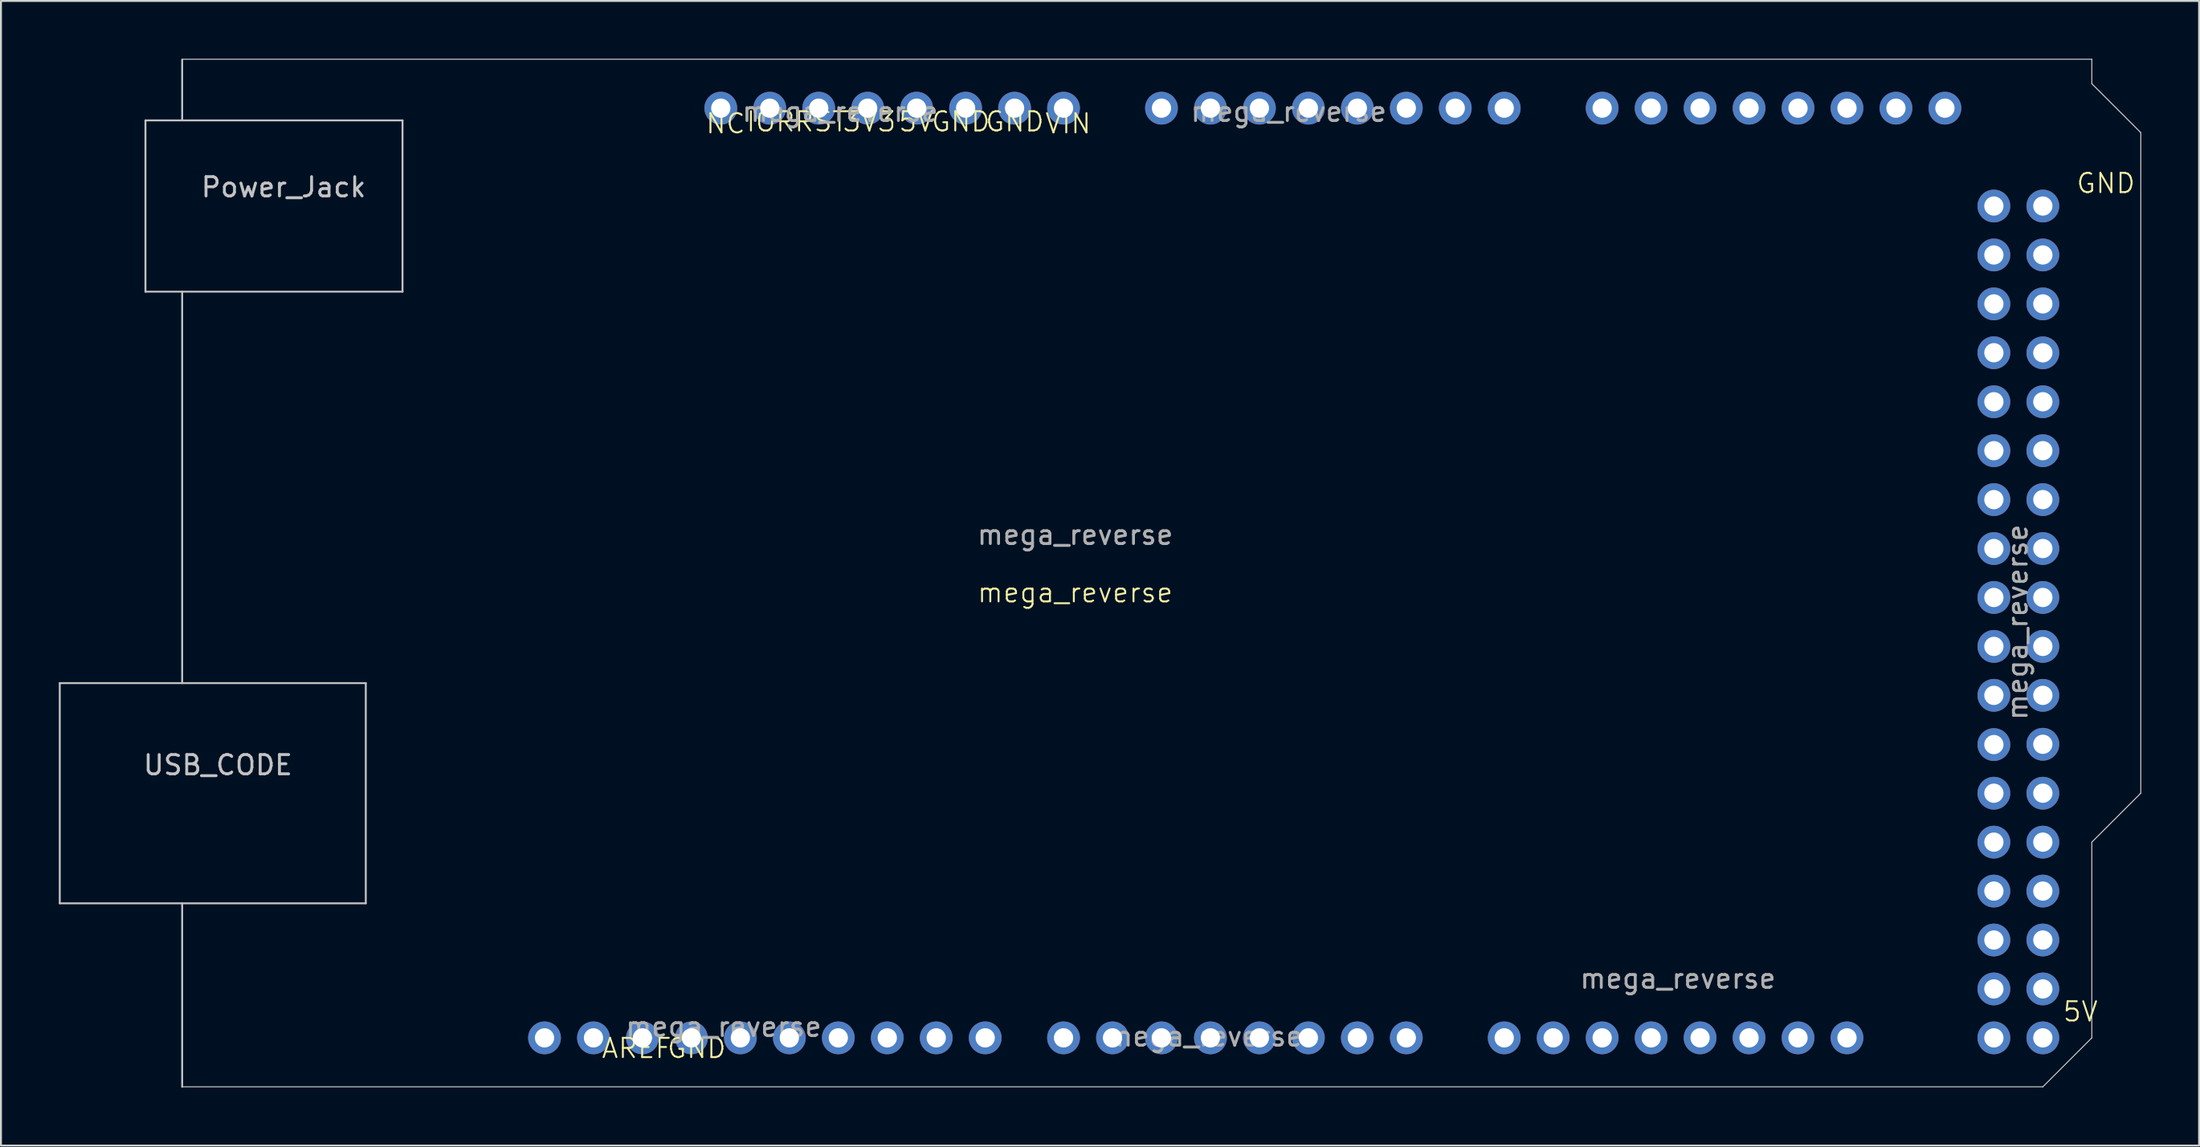
<source format=kicad_pcb>
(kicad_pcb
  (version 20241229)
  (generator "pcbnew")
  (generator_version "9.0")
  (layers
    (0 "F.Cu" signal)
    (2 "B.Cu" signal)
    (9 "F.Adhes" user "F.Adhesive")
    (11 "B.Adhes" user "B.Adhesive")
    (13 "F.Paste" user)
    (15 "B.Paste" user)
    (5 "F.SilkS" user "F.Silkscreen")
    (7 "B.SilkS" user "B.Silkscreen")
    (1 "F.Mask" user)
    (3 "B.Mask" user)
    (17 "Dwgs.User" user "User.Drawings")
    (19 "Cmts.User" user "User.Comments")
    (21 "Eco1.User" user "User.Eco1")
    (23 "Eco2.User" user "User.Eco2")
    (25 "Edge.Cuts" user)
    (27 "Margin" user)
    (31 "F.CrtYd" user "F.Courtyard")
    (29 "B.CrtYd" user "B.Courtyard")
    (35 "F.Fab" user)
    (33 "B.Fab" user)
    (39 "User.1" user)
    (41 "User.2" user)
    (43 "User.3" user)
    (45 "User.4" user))
  (footprint "mega_reverse"
    (layer "F.Cu")
    (at 52.725 26.21)
    (property "Reference" "mega_reverse" (at 0 1.5 0) (unlocked yes) (layer "F.SilkS") (effects (font (size 1 1) (thickness 0.1))))
    (attr through_hole)
    (fp_line (start -52.675 6.2) (end -52.675 17.63) (stroke (width 0.1) (type default)) (layer "Dwgs.User"))
    (fp_line (start -52.675 6.2) (end -36.8 6.2) (stroke (width 0.1) (type default)) (layer "Dwgs.User"))
    (fp_line (start -52.675 17.63) (end -36.8 17.63) (stroke (width 0.1) (type default)) (layer "Dwgs.User"))
    (fp_line (start -48.23 -23.01) (end -34.895 -23.01) (stroke (width 0.1) (type default)) (layer "Dwgs.User"))
    (fp_line (start -48.23 -14.12) (end -48.23 -23.01) (stroke (width 0.1) (type default)) (layer "Dwgs.User"))
    (fp_line (start -48.23 -14.12) (end -34.895 -14.12) (stroke (width 0.1) (type default)) (layer "Dwgs.User"))
    (fp_line (start -46.325 -26.16) (end -46.325 -23.06) (stroke (width 0.1) (type default)) (layer "Dwgs.User"))
    (fp_line (start -46.325 6.2) (end -46.325 -14.12) (stroke (width 0.1) (type default)) (layer "Dwgs.User"))
    (fp_line (start -46.325 27.155) (end -46.325 17.63) (stroke (width 0.1) (type default)) (layer "Dwgs.User"))
    (fp_line (start -36.8 6.2) (end -36.8 17.63) (stroke (width 0.1) (type default)) (layer "Dwgs.User"))
    (fp_line (start -34.895 -14.12) (end -34.895 -23.01) (stroke (width 0.1) (type default)) (layer "Dwgs.User"))
    (fp_line (start -46.325 -26.185) (end 52.735 -26.185) (stroke (width 0.05) (type default)) (layer "Edge.Cuts"))
    (fp_line (start -46.325 27.155) (end 50.195 27.155) (stroke (width 0.05) (type default)) (layer "Edge.Cuts"))
    (fp_line (start 52.735 -26.185) (end 52.735 -24.915) (stroke (width 0.05) (type default)) (layer "Edge.Cuts"))
    (fp_line (start 52.735 -24.915) (end 55.275 -22.375) (stroke (width 0.05) (type default)) (layer "Edge.Cuts"))
    (fp_line (start 52.735 24.615) (end 50.195 27.155) (stroke (width 0.05) (type default)) (layer "Edge.Cuts"))
    (fp_line (start 52.735 24.615) (end 52.735 14.455) (stroke (width 0.05) (type default)) (layer "Edge.Cuts"))
    (fp_line (start 55.275 -22.375) (end 55.275 11.915) (stroke (width 0.05) (type default)) (layer "Edge.Cuts"))
    (fp_line (start 55.275 11.915) (end 52.735 14.455) (stroke (width 0.05) (type default)) (layer "Edge.Cuts"))
    (fp_text user "GND" (at -7.525 -22.36 0) (unlocked yes) (layer "F.SilkS") (effects (font (size 1 1) (thickness 0.1)) (justify left bottom)))
    (fp_text user "GND" (at 51.875 -19.16 0) (unlocked yes) (layer "F.SilkS") (effects (font (size 1 1) (thickness 0.1)) (justify left bottom)))
    (fp_text user "3V3" (at -12.125 -22.36 0) (unlocked yes) (layer "F.SilkS") (effects (font (size 1 1) (thickness 0.1)) (justify left bottom)))
    (fp_text user "5V" (at 51.175 23.84 0) (unlocked yes) (layer "F.SilkS") (effects (font (size 1 1) (thickness 0.1)) (justify left bottom)))
    (fp_text user "IOR" (at -17.125 -22.36 0) (unlocked yes) (layer "F.SilkS") (effects (font (size 1 1) (thickness 0.1)) (justify left bottom)))
    (fp_text user "GND" (at -21.225 25.74 0) (unlocked yes) (layer "F.SilkS") (effects (font (size 1 1) (thickness 0.1)) (justify left bottom)))
    (fp_text user "NC" (at -19.225 -22.26 0) (unlocked yes) (layer "F.SilkS") (effects (font (size 1 1) (thickness 0.1)) (justify left bottom)))
    (fp_text user "VIN" (at -1.625 -22.26 0) (unlocked yes) (layer "F.SilkS") (effects (font (size 1 1) (thickness 0.1)) (justify left bottom)))
    (fp_text user "AREF" (at -24.625 25.74 0) (unlocked yes) (layer "F.SilkS") (effects (font (size 1 1) (thickness 0.1)) (justify left bottom)))
    (fp_text user "GND" (at -4.725 -22.36 0) (unlocked yes) (layer "F.SilkS") (effects (font (size 1 1) (thickness 0.1)) (justify left bottom)))
    (fp_text user "5V" (at -9.225 -22.36 0) (unlocked yes) (layer "F.SilkS") (effects (font (size 1 1) (thickness 0.1)) (justify left bottom)))
    (fp_text user "RST" (at -14.625 -22.36 0) (unlocked yes) (layer "F.SilkS") (effects (font (size 1 1) (thickness 0.1)) (justify left bottom)))
    (fp_text user "Power_Jack" (at -45.425 -18.96 0) (unlocked yes) (layer "Dwgs.User") (effects (font (size 1 1) (thickness 0.15)) (justify left bottom)))
    (fp_text user "USB_CODE" (at -48.425 11.04 0) (unlocked yes) (layer "Dwgs.User") (effects (font (size 1 1) (thickness 0.15)) (justify left bottom)))
    (fp_text user "${REFERENCE}" (at -12.195 -23.46 180) (layer "F.Fab") (effects (font (size 1 1) (thickness 0.15))))
    (fp_text user "${REFERENCE}" (at -18.235 24.04 180) (layer "F.Fab") (effects (font (size 1 1) (thickness 0.15))))
    (fp_text user "${REFERENCE}" (at 11.075 -23.46 180) (layer "F.Fab") (effects (font (size 1 1) (thickness 0.15))))
    (fp_text user "${REFERENCE}" (at 48.88 3.04 270) (layer "F.Fab") (effects (font (size 1 1) (thickness 0.15))))
    (fp_text user "${REFERENCE}" (at 0 -1.5 0) (unlocked yes) (layer "F.Fab") (effects (font (size 1 1) (thickness 0.15))))
    (fp_text user "${REFERENCE}" (at 6.725 24.54 180) (layer "F.Fab") (effects (font (size 1 1) (thickness 0.15))))
    (fp_text user "${REFERENCE}" (at 31.265 21.54 180) (layer "F.Fab") (effects (font (size 1 1) (thickness 0.15))))
    (pad "0" thru_hole oval (at 17.175 24.615 270) (size 1.7 1.7) (drill 1) (layers "*.Cu" "*.Mask"))
    (pad "1" thru_hole oval (at 14.635 24.615 270) (size 1.7 1.7) (drill 1) (layers "*.Cu" "*.Mask"))
    (pad "2" thru_hole oval (at 12.095 24.615 270) (size 1.7 1.7) (drill 1) (layers "*.Cu" "*.Mask"))
    (pad "3" thru_hole oval (at 9.555 24.615 270) (size 1.7 1.7) (drill 1) (layers "*.Cu" "*.Mask"))
    (pad "4" thru_hole oval (at 7.015 24.615 270) (size 1.7 1.7) (drill 1) (layers "*.Cu" "*.Mask"))
    (pad "5" thru_hole oval (at 4.475 24.615 270) (size 1.7 1.7) (drill 1) (layers "*.Cu" "*.Mask"))
    (pad "6" thru_hole oval (at 1.935 24.615 270) (size 1.7 1.7) (drill 1) (layers "*.Cu" "*.Mask"))
    (pad "7" thru_hole oval (at -0.605 24.615 270) (size 1.7 1.7) (drill 1) (layers "*.Cu" "*.Mask"))
    (pad "8" thru_hole oval (at -4.669 24.615 270) (size 1.7 1.7) (drill 1) (layers "*.Cu" "*.Mask"))
    (pad "9" thru_hole oval (at -7.209 24.615 270) (size 1.7 1.7) (drill 1) (layers "*.Cu" "*.Mask"))
    (pad "10" thru_hole oval (at -9.749 24.615 270) (size 1.7 1.7) (drill 1) (layers "*.Cu" "*.Mask"))
    (pad "11" thru_hole oval (at -12.289 24.615 270) (size 1.7 1.7) (drill 1) (layers "*.Cu" "*.Mask"))
    (pad "12" thru_hole oval (at -14.829 24.615 270) (size 1.7 1.7) (drill 1) (layers "*.Cu" "*.Mask"))
    (pad "13" thru_hole oval (at -17.369 24.615 270) (size 1.7 1.7) (drill 1) (layers "*.Cu" "*.Mask"))
    (pad "14" thru_hole circle (at 22.255 24.615 270) (size 1.7 1.7) (drill 1) (layers "*.Cu" "*.Mask"))
    (pad "15" thru_hole oval (at 24.795 24.615 270) (size 1.7 1.7) (drill 1) (layers "*.Cu" "*.Mask"))
    (pad "16" thru_hole oval (at 27.335 24.615 270) (size 1.7 1.7) (drill 1) (layers "*.Cu" "*.Mask"))
    (pad "17" thru_hole oval (at 29.875 24.615 270) (size 1.7 1.7) (drill 1) (layers "*.Cu" "*.Mask"))
    (pad "18" thru_hole oval (at 32.415 24.615 270) (size 1.7 1.7) (drill 1) (layers "*.Cu" "*.Mask"))
    (pad "19" thru_hole oval (at 34.955 24.615 270) (size 1.7 1.7) (drill 1) (layers "*.Cu" "*.Mask"))
    (pad "20" thru_hole circle (at -24.989 24.615 270) (size 1.7 1.7) (drill 1) (layers "*.Cu" "*.Mask"))
    (pad "20" thru_hole oval (at 37.495 24.615 270) (size 1.7 1.7) (drill 1) (layers "*.Cu" "*.Mask"))
    (pad "21" thru_hole circle (at -27.529 24.615 270) (size 1.7 1.7) (drill 1) (layers "*.Cu" "*.Mask"))
    (pad "21" thru_hole oval (at 40.035 24.615 270) (size 1.7 1.7) (drill 1) (layers "*.Cu" "*.Mask"))
    (pad "22" thru_hole oval (at 47.655 22.075 180) (size 1.7 1.7) (drill 1) (layers "*.Cu" "*.Mask"))
    (pad "23" thru_hole oval (at 50.195 22.075 180) (size 1.7 1.7) (drill 1) (layers "*.Cu" "*.Mask"))
    (pad "24" thru_hole oval (at 47.655 19.535 180) (size 1.7 1.7) (drill 1) (layers "*.Cu" "*.Mask"))
    (pad "25" thru_hole oval (at 50.195 19.535 180) (size 1.7 1.7) (drill 1) (layers "*.Cu" "*.Mask"))
    (pad "26" thru_hole oval (at 47.655 16.995 180) (size 1.7 1.7) (drill 1) (layers "*.Cu" "*.Mask"))
    (pad "27" thru_hole oval (at 50.195 16.995 180) (size 1.7 1.7) (drill 1) (layers "*.Cu" "*.Mask"))
    (pad "28" thru_hole oval (at 47.655 14.455 180) (size 1.7 1.7) (drill 1) (layers "*.Cu" "*.Mask"))
    (pad "29" thru_hole oval (at 50.195 14.455 180) (size 1.7 1.7) (drill 1) (layers "*.Cu" "*.Mask"))
    (pad "30" thru_hole oval (at 47.655 11.915 180) (size 1.7 1.7) (drill 1) (layers "*.Cu" "*.Mask"))
    (pad "31" thru_hole oval (at 50.195 11.915 180) (size 1.7 1.7) (drill 1) (layers "*.Cu" "*.Mask"))
    (pad "32" thru_hole oval (at 47.655 9.39 180) (size 1.7 1.7) (drill 1) (layers "*.Cu" "*.Mask"))
    (pad "33" thru_hole oval (at 50.195 9.375 180) (size 1.7 1.7) (drill 1) (layers "*.Cu" "*.Mask"))
    (pad "34" thru_hole oval (at 47.655 6.835 180) (size 1.7 1.7) (drill 1) (layers "*.Cu" "*.Mask"))
    (pad "35" thru_hole oval (at 50.195 6.835 180) (size 1.7 1.7) (drill 1) (layers "*.Cu" "*.Mask"))
    (pad "36" thru_hole oval (at 47.655 4.295 180) (size 1.7 1.7) (drill 1) (layers "*.Cu" "*.Mask"))
    (pad "37" thru_hole oval (at 50.195 4.295 180) (size 1.7 1.7) (drill 1) (layers "*.Cu" "*.Mask"))
    (pad "38" thru_hole oval (at 47.655 1.755 180) (size 1.7 1.7) (drill 1) (layers "*.Cu" "*.Mask"))
    (pad "39" thru_hole oval (at 50.195 1.755 180) (size 1.7 1.7) (drill 1) (layers "*.Cu" "*.Mask"))
    (pad "40" thru_hole oval (at 47.655 -0.785 180) (size 1.7 1.7) (drill 1) (layers "*.Cu" "*.Mask"))
    (pad "41" thru_hole oval (at 50.195 -0.785 180) (size 1.7 1.7) (drill 1) (layers "*.Cu" "*.Mask"))
    (pad "42" thru_hole oval (at 47.655 -3.325 180) (size 1.7 1.7) (drill 1) (layers "*.Cu" "*.Mask"))
    (pad "43" thru_hole oval (at 50.195 -3.325 180) (size 1.7 1.7) (drill 1) (layers "*.Cu" "*.Mask"))
    (pad "44" thru_hole oval (at 47.655 -5.865 180) (size 1.7 1.7) (drill 1) (layers "*.Cu" "*.Mask"))
    (pad "45" thru_hole oval (at 50.195 -5.865 180) (size 1.7 1.7) (drill 1) (layers "*.Cu" "*.Mask"))
    (pad "46" thru_hole oval (at 47.655 -8.405 180) (size 1.7 1.7) (drill 1) (layers "*.Cu" "*.Mask"))
    (pad "47" thru_hole oval (at 50.195 -8.405 180) (size 1.7 1.7) (drill 1) (layers "*.Cu" "*.Mask"))
    (pad "48" thru_hole oval (at 47.655 -10.95 180) (size 1.7 1.7) (drill 1) (layers "*.Cu" "*.Mask"))
    (pad "49" thru_hole oval (at 50.195 -10.945 180) (size 1.7 1.7) (drill 1) (layers "*.Cu" "*.Mask"))
    (pad "50" thru_hole oval (at 47.655 -13.485 180) (size 1.7 1.7) (drill 1) (layers "*.Cu" "*.Mask"))
    (pad "51" thru_hole oval (at 50.195 -13.485 180) (size 1.7 1.7) (drill 1) (layers "*.Cu" "*.Mask"))
    (pad "52" thru_hole oval (at 47.655 -16.025 180) (size 1.7 1.7) (drill 1) (layers "*.Cu" "*.Mask"))
    (pad "53" thru_hole oval (at 50.195 -16.025 180) (size 1.7 1.7) (drill 1) (layers "*.Cu" "*.Mask"))
    (pad "54" thru_hole circle (at 4.475 -23.645 270) (size 1.7 1.7) (drill 1) (layers "*.Cu" "*.Mask"))
    (pad "55" thru_hole oval (at 7.015 -23.645 270) (size 1.7 1.7) (drill 1) (layers "*.Cu" "*.Mask"))
    (pad "56" thru_hole oval (at 9.555 -23.645 270) (size 1.7 1.7) (drill 1) (layers "*.Cu" "*.Mask"))
    (pad "57" thru_hole oval (at 12.095 -23.645 270) (size 1.7 1.7) (drill 1) (layers "*.Cu" "*.Mask"))
    (pad "58" thru_hole oval (at 14.635 -23.645 270) (size 1.7 1.7) (drill 1) (layers "*.Cu" "*.Mask"))
    (pad "59" thru_hole oval (at 17.175 -23.645 270) (size 1.7 1.7) (drill 1) (layers "*.Cu" "*.Mask"))
    (pad "60" thru_hole oval (at 19.715 -23.645 270) (size 1.7 1.7) (drill 1) (layers "*.Cu" "*.Mask"))
    (pad "61" thru_hole oval (at 22.255 -23.645 270) (size 1.7 1.7) (drill 1) (layers "*.Cu" "*.Mask"))
    (pad "62" thru_hole circle (at 27.335 -23.645 270) (size 1.7 1.7) (drill 1) (layers "*.Cu" "*.Mask"))
    (pad "63" thru_hole oval (at 29.875 -23.645 270) (size 1.7 1.7) (drill 1) (layers "*.Cu" "*.Mask"))
    (pad "64" thru_hole oval (at 32.415 -23.645 270) (size 1.7 1.7) (drill 1) (layers "*.Cu" "*.Mask"))
    (pad "65" thru_hole oval (at 34.955 -23.645 270) (size 1.7 1.7) (drill 1) (layers "*.Cu" "*.Mask"))
    (pad "66" thru_hole oval (at 37.495 -23.645 270) (size 1.7 1.7) (drill 1) (layers "*.Cu" "*.Mask"))
    (pad "67" thru_hole oval (at 40.035 -23.645 270) (size 1.7 1.7) (drill 1) (layers "*.Cu" "*.Mask"))
    (pad "68" thru_hole oval (at 42.575 -23.645 270) (size 1.7 1.7) (drill 1) (layers "*.Cu" "*.Mask"))
    (pad "69" thru_hole oval (at 45.115 -23.645 270) (size 1.7 1.7) (drill 1) (layers "*.Cu" "*.Mask"))
    (pad "100" thru_hole oval (at -19.909 24.615 270) (size 1.7 1.7) (drill 1) (layers "*.Cu" "*.Mask"))
    (pad "100" thru_hole oval (at -5.685 -23.645 270) (size 1.7 1.7) (drill 1) (layers "*.Cu" "*.Mask"))
    (pad "100" thru_hole oval (at -3.145 -23.645 270) (size 1.7 1.7) (drill 1) (layers "*.Cu" "*.Mask"))
    (pad "100" thru_hole oval (at 47.655 -18.565 180) (size 1.7 1.7) (drill 1) (layers "*.Cu" "*.Mask"))
    (pad "100" thru_hole circle (at 50.195 -18.565 180) (size 1.7 1.7) (drill 1) (layers "*.Cu" "*.Mask"))
    (pad "101" thru_hole oval (at -8.225 -23.645 270) (size 1.7 1.7) (drill 1) (layers "*.Cu" "*.Mask"))
    (pad "101" thru_hole oval (at 47.655 24.615 180) (size 1.7 1.7) (drill 1) (layers "*.Cu" "*.Mask"))
    (pad "101" thru_hole oval (at 50.195 24.615 180) (size 1.7 1.7) (drill 1) (layers "*.Cu" "*.Mask"))
    (pad "102" thru_hole circle (at -22.449 24.615 270) (size 1.7 1.7) (drill 1) (layers "*.Cu" "*.Mask"))
    (pad "103" thru_hole oval (at -0.605 -23.645 270) (size 1.7 1.7) (drill 1) (layers "*.Cu" "*.Mask"))
    (pad "104" thru_hole oval (at -10.765 -23.645 270) (size 1.7 1.7) (drill 1) (layers "*.Cu" "*.Mask"))
    (pad "105" thru_hole oval (at -13.305 -23.645 270) (size 1.7 1.7) (drill 1) (layers "*.Cu" "*.Mask"))
    (pad "106" thru_hole oval (at -15.845 -23.645 270) (size 1.7 1.7) (drill 1) (layers "*.Cu" "*.Mask"))
    (pad "107" thru_hole circle (at -18.385 -23.645 270) (size 1.7 1.7) (drill 1) (layers "*.Cu" "*.Mask")))
  (gr_rect
    (start -3 -3)
    (end 111.025 56.415)
    (stroke (width 0.1) (type default))
    (fill no)
    (layer "Edge.Cuts")))
</source>
